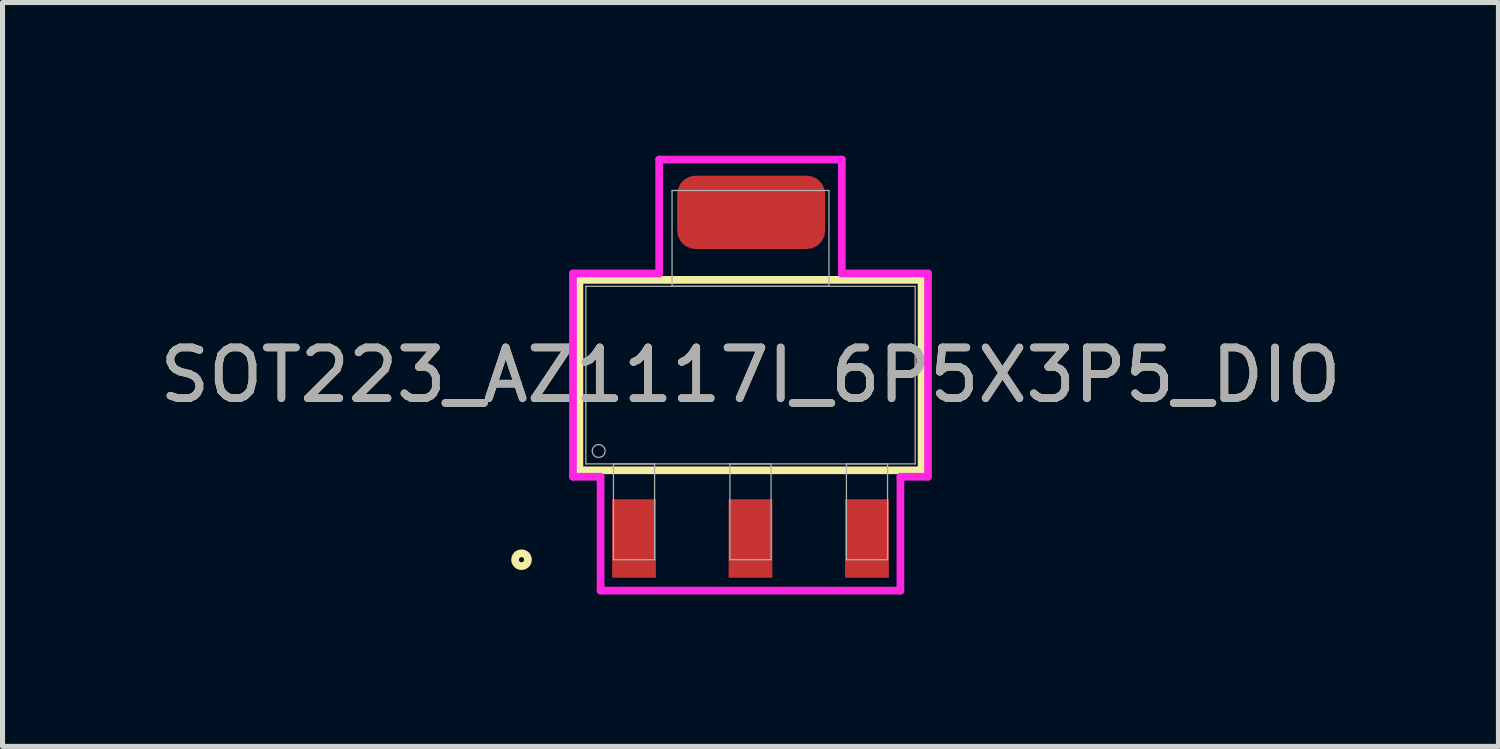
<source format=kicad_pcb>
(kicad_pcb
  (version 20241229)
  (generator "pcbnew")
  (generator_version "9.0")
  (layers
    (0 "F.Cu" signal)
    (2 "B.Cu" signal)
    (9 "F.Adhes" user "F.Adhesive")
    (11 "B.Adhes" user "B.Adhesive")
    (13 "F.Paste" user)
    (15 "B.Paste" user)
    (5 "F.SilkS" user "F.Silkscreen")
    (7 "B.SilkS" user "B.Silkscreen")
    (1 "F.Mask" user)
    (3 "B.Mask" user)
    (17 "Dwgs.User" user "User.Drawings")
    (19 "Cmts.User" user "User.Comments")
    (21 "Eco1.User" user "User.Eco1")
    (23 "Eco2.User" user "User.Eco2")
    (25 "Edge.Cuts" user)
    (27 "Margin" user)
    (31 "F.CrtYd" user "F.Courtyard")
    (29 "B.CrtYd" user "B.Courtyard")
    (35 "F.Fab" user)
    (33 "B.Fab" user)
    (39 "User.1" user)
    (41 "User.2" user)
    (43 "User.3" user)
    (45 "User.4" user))
  (footprint "SOT223_AZ1117I_6P5X3P5_DIO"
    (layer "F.Cu")
    (at 11.768 4.356)
    (property "Reference" "SOT223_AZ1117I_6P5X3P5_DIO" (at 0 0 0) (unlocked yes) (layer "F.SilkS") (effects (font (size 1 1) (thickness 0.15))))
    (attr smd)
    (fp_poly (pts (xy 1.6 -4.356) (xy -1.6 -4.356) (xy -1.6 -2.095) (xy 1.6 -2.095)) (stroke (width 0) (type solid)) (fill yes) (layer "F.Mask"))
    (fp_line (start -3.378 -1.88) (end -3.378 1.88) (stroke (width 0.152) (type solid)) (layer "F.SilkS"))
    (fp_line (start -3.378 1.88) (end 3.378 1.88) (stroke (width 0.152) (type solid)) (layer "F.SilkS"))
    (fp_line (start 3.378 -1.88) (end -3.378 -1.88) (stroke (width 0.152) (type solid)) (layer "F.SilkS"))
    (fp_line (start 3.378 1.88) (end 3.378 -1.88) (stroke (width 0.152) (type solid)) (layer "F.SilkS"))
    (fp_circle (center -4.521 3.645) (end -4.394 3.645) (stroke (width 0.152) (type solid)) (fill no) (layer "F.SilkS"))
    (fp_poly (pts (xy 1.575 -4) (xy -1.575 -4) (xy -1.575 -2.451) (xy 1.575 -2.451)) (stroke (width 0) (type solid)) (fill yes) (layer "F.Paste"))
    (fp_line (start -3.505 -2.007) (end -1.803 -2.007) (stroke (width 0.152) (type solid)) (layer "F.CrtYd"))
    (fp_line (start -3.505 2.007) (end -3.505 -2.007) (stroke (width 0.152) (type solid)) (layer "F.CrtYd"))
    (fp_line (start -2.96 2.007) (end -3.505 2.007) (stroke (width 0.152) (type solid)) (layer "F.CrtYd"))
    (fp_line (start -2.96 4.255) (end -2.96 2.007) (stroke (width 0.152) (type solid)) (layer "F.CrtYd"))
    (fp_line (start -1.803 -4.255) (end 1.803 -4.255) (stroke (width 0.152) (type solid)) (layer "F.CrtYd"))
    (fp_line (start -1.803 -2.007) (end -1.803 -4.255) (stroke (width 0.152) (type solid)) (layer "F.CrtYd"))
    (fp_line (start 1.803 -4.255) (end 1.803 -2.007) (stroke (width 0.152) (type solid)) (layer "F.CrtYd"))
    (fp_line (start 1.803 -2.007) (end 3.505 -2.007) (stroke (width 0.152) (type solid)) (layer "F.CrtYd"))
    (fp_line (start 2.96 2.007) (end 2.96 4.255) (stroke (width 0.152) (type solid)) (layer "F.CrtYd"))
    (fp_line (start 2.96 4.255) (end -2.96 4.255) (stroke (width 0.152) (type solid)) (layer "F.CrtYd"))
    (fp_line (start 3.505 -2.007) (end 3.505 2.007) (stroke (width 0.152) (type solid)) (layer "F.CrtYd"))
    (fp_line (start 3.505 2.007) (end 2.96 2.007) (stroke (width 0.152) (type solid)) (layer "F.CrtYd"))
    (fp_line (start -3.251 -1.753) (end -3.251 1.753) (stroke (width 0.025) (type solid)) (layer "F.Fab"))
    (fp_line (start -3.251 1.753) (end 3.251 1.753) (stroke (width 0.025) (type solid)) (layer "F.Fab"))
    (fp_line (start -2.706 1.753) (end -2.706 3.645) (stroke (width 0.025) (type solid)) (layer "F.Fab"))
    (fp_line (start -2.706 3.645) (end -1.894 3.645) (stroke (width 0.025) (type solid)) (layer "F.Fab"))
    (fp_line (start -1.894 1.753) (end -2.706 1.753) (stroke (width 0.025) (type solid)) (layer "F.Fab"))
    (fp_line (start -1.894 3.645) (end -1.894 1.753) (stroke (width 0.025) (type solid)) (layer "F.Fab"))
    (fp_line (start -1.549 -3.645) (end -1.549 -1.753) (stroke (width 0.025) (type solid)) (layer "F.Fab"))
    (fp_line (start -1.549 -1.753) (end 1.549 -1.753) (stroke (width 0.025) (type solid)) (layer "F.Fab"))
    (fp_line (start -0.406 1.753) (end -0.406 3.645) (stroke (width 0.025) (type solid)) (layer "F.Fab"))
    (fp_line (start -0.406 3.645) (end 0.406 3.645) (stroke (width 0.025) (type solid)) (layer "F.Fab"))
    (fp_line (start 0.406 1.753) (end -0.406 1.753) (stroke (width 0.025) (type solid)) (layer "F.Fab"))
    (fp_line (start 0.406 3.645) (end 0.406 1.753) (stroke (width 0.025) (type solid)) (layer "F.Fab"))
    (fp_line (start 1.549 -3.645) (end -1.549 -3.645) (stroke (width 0.025) (type solid)) (layer "F.Fab"))
    (fp_line (start 1.549 -1.753) (end 1.549 -3.645) (stroke (width 0.025) (type solid)) (layer "F.Fab"))
    (fp_line (start 1.894 1.753) (end 1.894 3.645) (stroke (width 0.025) (type solid)) (layer "F.Fab"))
    (fp_line (start 1.894 3.645) (end 2.706 3.645) (stroke (width 0.025) (type solid)) (layer "F.Fab"))
    (fp_line (start 2.706 1.753) (end 1.894 1.753) (stroke (width 0.025) (type solid)) (layer "F.Fab"))
    (fp_line (start 2.706 3.645) (end 2.706 1.753) (stroke (width 0.025) (type solid)) (layer "F.Fab"))
    (fp_line (start 3.251 -1.753) (end -3.251 -1.753) (stroke (width 0.025) (type solid)) (layer "F.Fab"))
    (fp_line (start 3.251 1.753) (end 3.251 -1.753) (stroke (width 0.025) (type solid)) (layer "F.Fab"))
    (fp_circle (center -2.997 1.499) (end -2.87 1.499) (stroke (width 0.025) (type solid)) (fill no) (layer "F.Fab"))
    (fp_text user "${REFERENCE}" (at 0 0 0) (unlocked yes) (layer "F.Fab") (effects (font (size 1 1) (thickness 0.15))))
    (pad "1" smd rect (at -2.3 3.226) (size 0.864 1.549) (layers "F.Cu" "F.Mask" "F.Paste"))
    (pad "2" smd rect (at 0 3.226) (size 0.864 1.549) (layers "F.Cu" "F.Mask" "F.Paste"))
    (pad "3" smd rect (at 2.3 3.226) (size 0.864 1.549) (layers "F.Cu" "F.Mask" "F.Paste"))
    (pad "4" smd roundrect (at 0.013 -3.213) (size 2.921 1.448) (layers "F.Cu" "F.Mask" "F.Paste") (roundrect_rratio 0.25)))
  (gr_rect
    (start -3 -3)
    (end 26.536 11.687)
    (stroke (width 0.1) (type default))
    (fill no)
    (layer "Edge.Cuts")))
</source>
